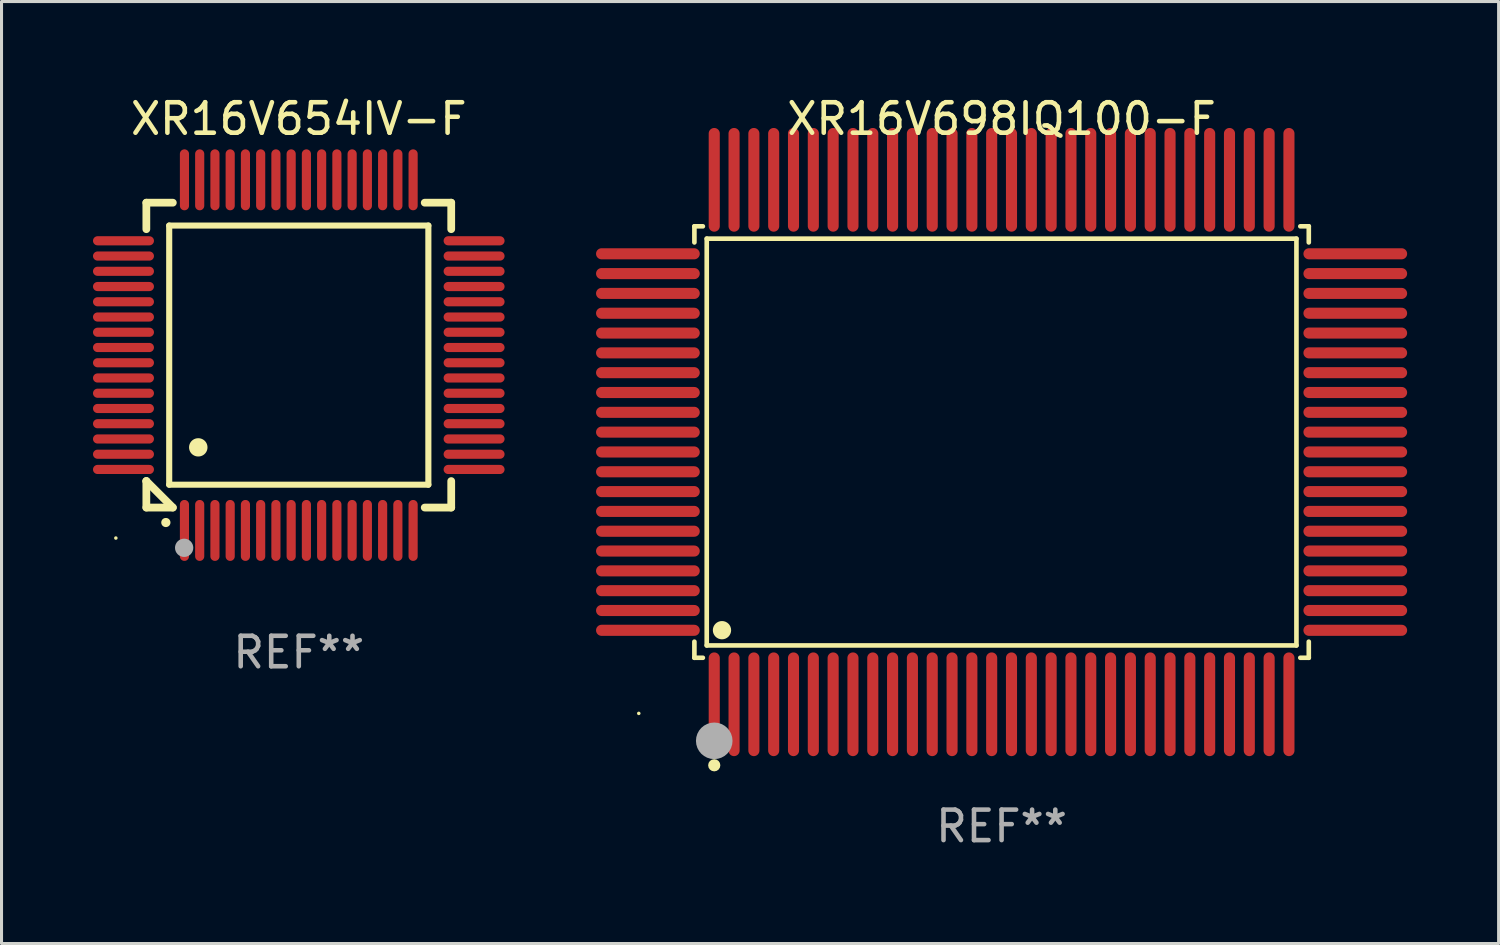
<source format=kicad_pcb>
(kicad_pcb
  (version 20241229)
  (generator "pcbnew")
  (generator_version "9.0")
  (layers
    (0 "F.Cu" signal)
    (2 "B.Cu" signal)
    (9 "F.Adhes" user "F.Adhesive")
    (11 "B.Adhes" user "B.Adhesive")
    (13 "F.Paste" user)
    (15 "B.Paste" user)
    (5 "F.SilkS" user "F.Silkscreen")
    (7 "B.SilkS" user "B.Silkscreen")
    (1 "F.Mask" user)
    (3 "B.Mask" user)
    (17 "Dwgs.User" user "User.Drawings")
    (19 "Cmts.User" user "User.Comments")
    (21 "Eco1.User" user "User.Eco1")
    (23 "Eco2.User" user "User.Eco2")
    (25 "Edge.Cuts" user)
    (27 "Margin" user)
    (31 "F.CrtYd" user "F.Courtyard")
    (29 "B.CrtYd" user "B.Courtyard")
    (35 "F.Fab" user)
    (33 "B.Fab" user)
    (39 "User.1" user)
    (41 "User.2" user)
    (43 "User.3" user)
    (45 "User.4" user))
  (footprint "XR16V654IV-F"
    (layer "F.Cu")
    (at 6.75 8.598)
    (property "Reference" "XR16V654IV-F" (at 0 -7.75 0) (layer "F.SilkS") (effects (font (size 1 1) (thickness 0.15))))
    (attr through_hole)
    (fp_line (start -5 -5) (end -4.131 -5) (stroke (width 0.254) (type solid)) (layer "F.SilkS"))
    (fp_line (start -5 -4.131) (end -5 -5) (stroke (width 0.254) (type solid)) (layer "F.SilkS"))
    (fp_line (start -5 4.131) (end -5 4.131) (stroke (width 0.254) (type solid)) (layer "F.SilkS"))
    (fp_line (start -5 5) (end -5 4.131) (stroke (width 0.254) (type solid)) (layer "F.SilkS"))
    (fp_line (start -5 4.131) (end -4.131 5) (stroke (width 0.254) (type solid)) (layer "F.SilkS"))
    (fp_line (start -4.25 -4.25) (end -4.25 4.25) (stroke (width 0.2) (type solid)) (layer "F.SilkS"))
    (fp_line (start -4.25 4.25) (end 4.25 4.25) (stroke (width 0.2) (type solid)) (layer "F.SilkS"))
    (fp_line (start -4.131 5) (end -5 5) (stroke (width 0.254) (type solid)) (layer "F.SilkS"))
    (fp_line (start 4.25 -4.25) (end -4.25 -4.25) (stroke (width 0.2) (type solid)) (layer "F.SilkS"))
    (fp_line (start 4.25 4.25) (end 4.25 -4.25) (stroke (width 0.2) (type solid)) (layer "F.SilkS"))
    (fp_line (start 5 -5) (end 4.131 -5) (stroke (width 0.254) (type solid)) (layer "F.SilkS"))
    (fp_line (start 5 -5) (end 5 -4.131) (stroke (width 0.254) (type solid)) (layer "F.SilkS"))
    (fp_line (start 5 4.131) (end 5 5) (stroke (width 0.254) (type solid)) (layer "F.SilkS"))
    (fp_line (start 5 5) (end 4.131 5) (stroke (width 0.254) (type solid)) (layer "F.SilkS"))
    (fp_arc (start -4.361265 5.489992) (mid -4.359995 5.489987) (end -4.358725 5.489992) (stroke (width 0.3) (type solid)) (layer "F.SilkS"))
    (fp_arc (start -3.299467 3.025146) (mid -3.296927 3.025135) (end -3.294387 3.025146) (stroke (width 0.6) (type solid)) (layer "F.SilkS"))
    (fp_circle (center -6 6) (end -5.97 6) (stroke (width 0.06) (type solid)) (fill no) (layer "F.SilkS"))
    (fp_circle (center -3.76 6.32) (end -3.61 6.32) (stroke (width 0.3) (type solid)) (fill no) (layer "F.Fab"))
    (fp_text user "REF**" (at 0 9.75 0) (layer "F.Fab") (effects (font (size 1 1) (thickness 0.15))))
    (pad "1" smd oval (at -3.75 5.75) (size 0.3 2) (layers "F.Cu" "F.Mask" "F.Paste"))
    (pad "2" smd oval (at -3.25 5.75) (size 0.3 2) (layers "F.Cu" "F.Mask" "F.Paste"))
    (pad "3" smd oval (at -2.75 5.75) (size 0.3 2) (layers "F.Cu" "F.Mask" "F.Paste"))
    (pad "4" smd oval (at -2.25 5.75) (size 0.3 2) (layers "F.Cu" "F.Mask" "F.Paste"))
    (pad "5" smd oval (at -1.75 5.75) (size 0.3 2) (layers "F.Cu" "F.Mask" "F.Paste"))
    (pad "6" smd oval (at -1.25 5.75) (size 0.3 2) (layers "F.Cu" "F.Mask" "F.Paste"))
    (pad "7" smd oval (at -0.75 5.75) (size 0.3 2) (layers "F.Cu" "F.Mask" "F.Paste"))
    (pad "8" smd oval (at -0.25 5.75) (size 0.3 2) (layers "F.Cu" "F.Mask" "F.Paste"))
    (pad "9" smd oval (at 0.25 5.75) (size 0.3 2) (layers "F.Cu" "F.Mask" "F.Paste"))
    (pad "10" smd oval (at 0.75 5.75) (size 0.3 2) (layers "F.Cu" "F.Mask" "F.Paste"))
    (pad "11" smd oval (at 1.25 5.75) (size 0.3 2) (layers "F.Cu" "F.Mask" "F.Paste"))
    (pad "12" smd oval (at 1.75 5.75) (size 0.3 2) (layers "F.Cu" "F.Mask" "F.Paste"))
    (pad "13" smd oval (at 2.25 5.75) (size 0.3 2) (layers "F.Cu" "F.Mask" "F.Paste"))
    (pad "14" smd oval (at 2.75 5.75) (size 0.3 2) (layers "F.Cu" "F.Mask" "F.Paste"))
    (pad "15" smd oval (at 3.25 5.75) (size 0.3 2) (layers "F.Cu" "F.Mask" "F.Paste"))
    (pad "16" smd oval (at 3.75 5.75) (size 0.3 2) (layers "F.Cu" "F.Mask" "F.Paste"))
    (pad "17" smd oval (at 5.75 3.75) (size 2 0.3) (layers "F.Cu" "F.Mask" "F.Paste"))
    (pad "18" smd oval (at 5.75 3.25) (size 2 0.3) (layers "F.Cu" "F.Mask" "F.Paste"))
    (pad "19" smd oval (at 5.75 2.75) (size 2 0.3) (layers "F.Cu" "F.Mask" "F.Paste"))
    (pad "20" smd oval (at 5.75 2.25) (size 2 0.3) (layers "F.Cu" "F.Mask" "F.Paste"))
    (pad "21" smd oval (at 5.75 1.75) (size 2 0.3) (layers "F.Cu" "F.Mask" "F.Paste"))
    (pad "22" smd oval (at 5.75 1.25) (size 2 0.3) (layers "F.Cu" "F.Mask" "F.Paste"))
    (pad "23" smd oval (at 5.75 0.75) (size 2 0.3) (layers "F.Cu" "F.Mask" "F.Paste"))
    (pad "24" smd oval (at 5.75 0.25) (size 2 0.3) (layers "F.Cu" "F.Mask" "F.Paste"))
    (pad "25" smd oval (at 5.75 -0.25) (size 2 0.3) (layers "F.Cu" "F.Mask" "F.Paste"))
    (pad "26" smd oval (at 5.75 -0.75) (size 2 0.3) (layers "F.Cu" "F.Mask" "F.Paste"))
    (pad "27" smd oval (at 5.75 -1.25) (size 2 0.3) (layers "F.Cu" "F.Mask" "F.Paste"))
    (pad "28" smd oval (at 5.75 -1.75) (size 2 0.3) (layers "F.Cu" "F.Mask" "F.Paste"))
    (pad "29" smd oval (at 5.75 -2.25) (size 2 0.3) (layers "F.Cu" "F.Mask" "F.Paste"))
    (pad "30" smd oval (at 5.75 -2.75) (size 2 0.3) (layers "F.Cu" "F.Mask" "F.Paste"))
    (pad "31" smd oval (at 5.75 -3.25) (size 2 0.3) (layers "F.Cu" "F.Mask" "F.Paste"))
    (pad "32" smd oval (at 5.75 -3.75) (size 2 0.3) (layers "F.Cu" "F.Mask" "F.Paste"))
    (pad "33" smd oval (at 3.75 -5.75) (size 0.3 2) (layers "F.Cu" "F.Mask" "F.Paste"))
    (pad "34" smd oval (at 3.25 -5.75) (size 0.3 2) (layers "F.Cu" "F.Mask" "F.Paste"))
    (pad "35" smd oval (at 2.75 -5.75) (size 0.3 2) (layers "F.Cu" "F.Mask" "F.Paste"))
    (pad "36" smd oval (at 2.25 -5.75) (size 0.3 2) (layers "F.Cu" "F.Mask" "F.Paste"))
    (pad "37" smd oval (at 1.75 -5.75) (size 0.3 2) (layers "F.Cu" "F.Mask" "F.Paste"))
    (pad "38" smd oval (at 1.25 -5.75) (size 0.3 2) (layers "F.Cu" "F.Mask" "F.Paste"))
    (pad "39" smd oval (at 0.75 -5.75) (size 0.3 2) (layers "F.Cu" "F.Mask" "F.Paste"))
    (pad "40" smd oval (at 0.25 -5.75) (size 0.3 2) (layers "F.Cu" "F.Mask" "F.Paste"))
    (pad "41" smd oval (at -0.25 -5.75) (size 0.3 2) (layers "F.Cu" "F.Mask" "F.Paste"))
    (pad "42" smd oval (at -0.75 -5.75) (size 0.3 2) (layers "F.Cu" "F.Mask" "F.Paste"))
    (pad "43" smd oval (at -1.25 -5.75) (size 0.3 2) (layers "F.Cu" "F.Mask" "F.Paste"))
    (pad "44" smd oval (at -1.75 -5.75) (size 0.3 2) (layers "F.Cu" "F.Mask" "F.Paste"))
    (pad "45" smd oval (at -2.25 -5.75) (size 0.3 2) (layers "F.Cu" "F.Mask" "F.Paste"))
    (pad "46" smd oval (at -2.75 -5.75) (size 0.3 2) (layers "F.Cu" "F.Mask" "F.Paste"))
    (pad "47" smd oval (at -3.25 -5.75) (size 0.3 2) (layers "F.Cu" "F.Mask" "F.Paste"))
    (pad "48" smd oval (at -3.75 -5.75) (size 0.3 2) (layers "F.Cu" "F.Mask" "F.Paste"))
    (pad "49" smd oval (at -5.75 -3.75) (size 2 0.3) (layers "F.Cu" "F.Mask" "F.Paste"))
    (pad "50" smd oval (at -5.75 -3.25) (size 2 0.3) (layers "F.Cu" "F.Mask" "F.Paste"))
    (pad "51" smd oval (at -5.75 -2.75) (size 2 0.3) (layers "F.Cu" "F.Mask" "F.Paste"))
    (pad "52" smd oval (at -5.75 -2.25) (size 2 0.3) (layers "F.Cu" "F.Mask" "F.Paste"))
    (pad "53" smd oval (at -5.75 -1.75) (size 2 0.3) (layers "F.Cu" "F.Mask" "F.Paste"))
    (pad "54" smd oval (at -5.75 -1.25) (size 2 0.3) (layers "F.Cu" "F.Mask" "F.Paste"))
    (pad "55" smd oval (at -5.75 -0.75) (size 2 0.3) (layers "F.Cu" "F.Mask" "F.Paste"))
    (pad "56" smd oval (at -5.75 -0.25) (size 2 0.3) (layers "F.Cu" "F.Mask" "F.Paste"))
    (pad "57" smd oval (at -5.75 0.25) (size 2 0.3) (layers "F.Cu" "F.Mask" "F.Paste"))
    (pad "58" smd oval (at -5.75 0.75) (size 2 0.3) (layers "F.Cu" "F.Mask" "F.Paste"))
    (pad "59" smd oval (at -5.75 1.25) (size 2 0.3) (layers "F.Cu" "F.Mask" "F.Paste"))
    (pad "60" smd oval (at -5.75 1.75) (size 2 0.3) (layers "F.Cu" "F.Mask" "F.Paste"))
    (pad "61" smd oval (at -5.75 2.25) (size 2 0.3) (layers "F.Cu" "F.Mask" "F.Paste"))
    (pad "62" smd oval (at -5.75 2.75) (size 2 0.3) (layers "F.Cu" "F.Mask" "F.Paste"))
    (pad "63" smd oval (at -5.75 3.25) (size 2 0.3) (layers "F.Cu" "F.Mask" "F.Paste"))
    (pad "64" smd oval (at -5.75 3.75) (size 2 0.3) (layers "F.Cu" "F.Mask" "F.Paste")))
  (footprint "XR16V698IQ100-F"
    (layer "F.Cu")
    (at 29.802 11.449)
    (property "Reference" "XR16V698IQ100-F" (at 0 -10.601 0) (layer "F.SilkS") (effects (font (size 1 1) (thickness 0.15))))
    (attr through_hole)
    (fp_line (start -10.076 -7.076) (end -9.798 -7.076) (stroke (width 0.152) (type solid)) (layer "F.SilkS"))
    (fp_line (start -10.076 -6.548) (end -10.076 -7.076) (stroke (width 0.152) (type solid)) (layer "F.SilkS"))
    (fp_line (start -10.076 6.548) (end -10.076 7.076) (stroke (width 0.152) (type solid)) (layer "F.SilkS"))
    (fp_line (start -10.076 7.076) (end -9.798 7.076) (stroke (width 0.152) (type solid)) (layer "F.SilkS"))
    (fp_line (start -9.671 -6.671) (end 9.671 -6.671) (stroke (width 0.152) (type solid)) (layer "F.SilkS"))
    (fp_line (start -9.671 6.671) (end -9.671 -6.671) (stroke (width 0.152) (type solid)) (layer "F.SilkS"))
    (fp_line (start 9.671 -6.671) (end 9.671 6.671) (stroke (width 0.152) (type solid)) (layer "F.SilkS"))
    (fp_line (start 9.671 6.671) (end -9.671 6.671) (stroke (width 0.152) (type solid)) (layer "F.SilkS"))
    (fp_line (start 10.076 -7.076) (end 9.798 -7.076) (stroke (width 0.152) (type solid)) (layer "F.SilkS"))
    (fp_line (start 10.076 -6.548) (end 10.076 -7.076) (stroke (width 0.152) (type solid)) (layer "F.SilkS"))
    (fp_line (start 10.076 6.548) (end 10.076 7.076) (stroke (width 0.152) (type solid)) (layer "F.SilkS"))
    (fp_line (start 10.076 7.076) (end 9.798 7.076) (stroke (width 0.152) (type solid)) (layer "F.SilkS"))
    (fp_circle (center -11.9 8.9) (end -11.87 8.9) (stroke (width 0.06) (type solid)) (fill no) (layer "F.SilkS"))
    (fp_circle (center -9.425 10.602) (end -9.325 10.602) (stroke (width 0.2) (type solid)) (fill no) (layer "F.SilkS"))
    (fp_circle (center -9.171 6.171) (end -9.021 6.171) (stroke (width 0.3) (type solid)) (fill no) (layer "F.SilkS"))
    (fp_circle (center -9.425 9.8) (end -9.125 9.8) (stroke (width 0.6) (type solid)) (fill no) (layer "F.Fab"))
    (fp_text user "REF**" (at 0 12.601 0) (layer "F.Fab") (effects (font (size 1 1) (thickness 0.15))))
    (pad "1" smd oval (at -9.425 8.601) (size 0.364 3.402) (layers "F.Cu" "F.Mask" "F.Paste"))
    (pad "2" smd oval (at -8.775 8.601) (size 0.364 3.402) (layers "F.Cu" "F.Mask" "F.Paste"))
    (pad "3" smd oval (at -8.125 8.601) (size 0.364 3.402) (layers "F.Cu" "F.Mask" "F.Paste"))
    (pad "4" smd oval (at -7.475 8.601) (size 0.364 3.402) (layers "F.Cu" "F.Mask" "F.Paste"))
    (pad "5" smd oval (at -6.825 8.601) (size 0.364 3.402) (layers "F.Cu" "F.Mask" "F.Paste"))
    (pad "6" smd oval (at -6.175 8.601) (size 0.364 3.402) (layers "F.Cu" "F.Mask" "F.Paste"))
    (pad "7" smd oval (at -5.525 8.601) (size 0.364 3.402) (layers "F.Cu" "F.Mask" "F.Paste"))
    (pad "8" smd oval (at -4.875 8.601) (size 0.364 3.402) (layers "F.Cu" "F.Mask" "F.Paste"))
    (pad "9" smd oval (at -4.225 8.601) (size 0.364 3.402) (layers "F.Cu" "F.Mask" "F.Paste"))
    (pad "10" smd oval (at -3.575 8.601) (size 0.364 3.402) (layers "F.Cu" "F.Mask" "F.Paste"))
    (pad "11" smd oval (at -2.925 8.601) (size 0.364 3.402) (layers "F.Cu" "F.Mask" "F.Paste"))
    (pad "12" smd oval (at -2.275 8.601) (size 0.364 3.402) (layers "F.Cu" "F.Mask" "F.Paste"))
    (pad "13" smd oval (at -1.625 8.601) (size 0.364 3.402) (layers "F.Cu" "F.Mask" "F.Paste"))
    (pad "14" smd oval (at -0.975 8.601) (size 0.364 3.402) (layers "F.Cu" "F.Mask" "F.Paste"))
    (pad "15" smd oval (at -0.325 8.601) (size 0.364 3.402) (layers "F.Cu" "F.Mask" "F.Paste"))
    (pad "16" smd oval (at 0.325 8.601) (size 0.364 3.402) (layers "F.Cu" "F.Mask" "F.Paste"))
    (pad "17" smd oval (at 0.975 8.601) (size 0.364 3.402) (layers "F.Cu" "F.Mask" "F.Paste"))
    (pad "18" smd oval (at 1.625 8.601) (size 0.364 3.402) (layers "F.Cu" "F.Mask" "F.Paste"))
    (pad "19" smd oval (at 2.275 8.601) (size 0.364 3.402) (layers "F.Cu" "F.Mask" "F.Paste"))
    (pad "20" smd oval (at 2.925 8.601) (size 0.364 3.402) (layers "F.Cu" "F.Mask" "F.Paste"))
    (pad "21" smd oval (at 3.575 8.601) (size 0.364 3.402) (layers "F.Cu" "F.Mask" "F.Paste"))
    (pad "22" smd oval (at 4.225 8.601) (size 0.364 3.402) (layers "F.Cu" "F.Mask" "F.Paste"))
    (pad "23" smd oval (at 4.875 8.601) (size 0.364 3.402) (layers "F.Cu" "F.Mask" "F.Paste"))
    (pad "24" smd oval (at 5.525 8.601) (size 0.364 3.402) (layers "F.Cu" "F.Mask" "F.Paste"))
    (pad "25" smd oval (at 6.175 8.601) (size 0.364 3.402) (layers "F.Cu" "F.Mask" "F.Paste"))
    (pad "26" smd oval (at 6.825 8.601) (size 0.364 3.402) (layers "F.Cu" "F.Mask" "F.Paste"))
    (pad "27" smd oval (at 7.475 8.601) (size 0.364 3.402) (layers "F.Cu" "F.Mask" "F.Paste"))
    (pad "28" smd oval (at 8.125 8.601) (size 0.364 3.402) (layers "F.Cu" "F.Mask" "F.Paste"))
    (pad "29" smd oval (at 8.775 8.601) (size 0.364 3.402) (layers "F.Cu" "F.Mask" "F.Paste"))
    (pad "30" smd oval (at 9.425 8.601) (size 0.364 3.402) (layers "F.Cu" "F.Mask" "F.Paste"))
    (pad "31" smd oval (at 11.601 6.175) (size 3.402 0.364) (layers "F.Cu" "F.Mask" "F.Paste"))
    (pad "32" smd oval (at 11.601 5.525) (size 3.402 0.364) (layers "F.Cu" "F.Mask" "F.Paste"))
    (pad "33" smd oval (at 11.601 4.875) (size 3.402 0.364) (layers "F.Cu" "F.Mask" "F.Paste"))
    (pad "34" smd oval (at 11.601 4.225) (size 3.402 0.364) (layers "F.Cu" "F.Mask" "F.Paste"))
    (pad "35" smd oval (at 11.601 3.575) (size 3.402 0.364) (layers "F.Cu" "F.Mask" "F.Paste"))
    (pad "36" smd oval (at 11.601 2.925) (size 3.402 0.364) (layers "F.Cu" "F.Mask" "F.Paste"))
    (pad "37" smd oval (at 11.601 2.275) (size 3.402 0.364) (layers "F.Cu" "F.Mask" "F.Paste"))
    (pad "38" smd oval (at 11.601 1.625) (size 3.402 0.364) (layers "F.Cu" "F.Mask" "F.Paste"))
    (pad "39" smd oval (at 11.601 0.975) (size 3.402 0.364) (layers "F.Cu" "F.Mask" "F.Paste"))
    (pad "40" smd oval (at 11.601 0.325) (size 3.402 0.364) (layers "F.Cu" "F.Mask" "F.Paste"))
    (pad "41" smd oval (at 11.601 -0.325) (size 3.402 0.364) (layers "F.Cu" "F.Mask" "F.Paste"))
    (pad "42" smd oval (at 11.601 -0.975) (size 3.402 0.364) (layers "F.Cu" "F.Mask" "F.Paste"))
    (pad "43" smd oval (at 11.601 -1.625) (size 3.402 0.364) (layers "F.Cu" "F.Mask" "F.Paste"))
    (pad "44" smd oval (at 11.601 -2.275) (size 3.402 0.364) (layers "F.Cu" "F.Mask" "F.Paste"))
    (pad "45" smd oval (at 11.601 -2.925) (size 3.402 0.364) (layers "F.Cu" "F.Mask" "F.Paste"))
    (pad "46" smd oval (at 11.601 -3.575) (size 3.402 0.364) (layers "F.Cu" "F.Mask" "F.Paste"))
    (pad "47" smd oval (at 11.601 -4.225) (size 3.402 0.364) (layers "F.Cu" "F.Mask" "F.Paste"))
    (pad "48" smd oval (at 11.601 -4.875) (size 3.402 0.364) (layers "F.Cu" "F.Mask" "F.Paste"))
    (pad "49" smd oval (at 11.601 -5.525) (size 3.402 0.364) (layers "F.Cu" "F.Mask" "F.Paste"))
    (pad "50" smd oval (at 11.601 -6.175) (size 3.402 0.364) (layers "F.Cu" "F.Mask" "F.Paste"))
    (pad "51" smd oval (at 9.425 -8.601) (size 0.364 3.402) (layers "F.Cu" "F.Mask" "F.Paste"))
    (pad "52" smd oval (at 8.775 -8.601) (size 0.364 3.402) (layers "F.Cu" "F.Mask" "F.Paste"))
    (pad "53" smd oval (at 8.125 -8.601) (size 0.364 3.402) (layers "F.Cu" "F.Mask" "F.Paste"))
    (pad "54" smd oval (at 7.475 -8.601) (size 0.364 3.402) (layers "F.Cu" "F.Mask" "F.Paste"))
    (pad "55" smd oval (at 6.825 -8.601) (size 0.364 3.402) (layers "F.Cu" "F.Mask" "F.Paste"))
    (pad "56" smd oval (at 6.175 -8.601) (size 0.364 3.402) (layers "F.Cu" "F.Mask" "F.Paste"))
    (pad "57" smd oval (at 5.525 -8.601) (size 0.364 3.402) (layers "F.Cu" "F.Mask" "F.Paste"))
    (pad "58" smd oval (at 4.875 -8.601) (size 0.364 3.402) (layers "F.Cu" "F.Mask" "F.Paste"))
    (pad "59" smd oval (at 4.225 -8.601) (size 0.364 3.402) (layers "F.Cu" "F.Mask" "F.Paste"))
    (pad "60" smd oval (at 3.575 -8.601) (size 0.364 3.402) (layers "F.Cu" "F.Mask" "F.Paste"))
    (pad "61" smd oval (at 2.925 -8.601) (size 0.364 3.402) (layers "F.Cu" "F.Mask" "F.Paste"))
    (pad "62" smd oval (at 2.275 -8.601) (size 0.364 3.402) (layers "F.Cu" "F.Mask" "F.Paste"))
    (pad "63" smd oval (at 1.625 -8.601) (size 0.364 3.402) (layers "F.Cu" "F.Mask" "F.Paste"))
    (pad "64" smd oval (at 0.975 -8.601) (size 0.364 3.402) (layers "F.Cu" "F.Mask" "F.Paste"))
    (pad "65" smd oval (at 0.325 -8.601) (size 0.364 3.402) (layers "F.Cu" "F.Mask" "F.Paste"))
    (pad "66" smd oval (at -0.325 -8.601) (size 0.364 3.402) (layers "F.Cu" "F.Mask" "F.Paste"))
    (pad "67" smd oval (at -0.975 -8.601) (size 0.364 3.402) (layers "F.Cu" "F.Mask" "F.Paste"))
    (pad "68" smd oval (at -1.625 -8.601) (size 0.364 3.402) (layers "F.Cu" "F.Mask" "F.Paste"))
    (pad "69" smd oval (at -2.275 -8.601) (size 0.364 3.402) (layers "F.Cu" "F.Mask" "F.Paste"))
    (pad "70" smd oval (at -2.925 -8.601) (size 0.364 3.402) (layers "F.Cu" "F.Mask" "F.Paste"))
    (pad "71" smd oval (at -3.575 -8.601) (size 0.364 3.402) (layers "F.Cu" "F.Mask" "F.Paste"))
    (pad "72" smd oval (at -4.225 -8.601) (size 0.364 3.402) (layers "F.Cu" "F.Mask" "F.Paste"))
    (pad "73" smd oval (at -4.875 -8.601) (size 0.364 3.402) (layers "F.Cu" "F.Mask" "F.Paste"))
    (pad "74" smd oval (at -5.525 -8.601) (size 0.364 3.402) (layers "F.Cu" "F.Mask" "F.Paste"))
    (pad "75" smd oval (at -6.175 -8.601) (size 0.364 3.402) (layers "F.Cu" "F.Mask" "F.Paste"))
    (pad "76" smd oval (at -6.825 -8.601) (size 0.364 3.402) (layers "F.Cu" "F.Mask" "F.Paste"))
    (pad "77" smd oval (at -7.475 -8.601) (size 0.364 3.402) (layers "F.Cu" "F.Mask" "F.Paste"))
    (pad "78" smd oval (at -8.125 -8.601) (size 0.364 3.402) (layers "F.Cu" "F.Mask" "F.Paste"))
    (pad "79" smd oval (at -8.775 -8.601) (size 0.364 3.402) (layers "F.Cu" "F.Mask" "F.Paste"))
    (pad "80" smd oval (at -9.425 -8.601) (size 0.364 3.402) (layers "F.Cu" "F.Mask" "F.Paste"))
    (pad "81" smd oval (at -11.601 -6.175) (size 3.402 0.364) (layers "F.Cu" "F.Mask" "F.Paste"))
    (pad "82" smd oval (at -11.601 -5.525) (size 3.402 0.364) (layers "F.Cu" "F.Mask" "F.Paste"))
    (pad "83" smd oval (at -11.601 -4.875) (size 3.402 0.364) (layers "F.Cu" "F.Mask" "F.Paste"))
    (pad "84" smd oval (at -11.601 -4.225) (size 3.402 0.364) (layers "F.Cu" "F.Mask" "F.Paste"))
    (pad "85" smd oval (at -11.601 -3.575) (size 3.402 0.364) (layers "F.Cu" "F.Mask" "F.Paste"))
    (pad "86" smd oval (at -11.601 -2.925) (size 3.402 0.364) (layers "F.Cu" "F.Mask" "F.Paste"))
    (pad "87" smd oval (at -11.601 -2.275) (size 3.402 0.364) (layers "F.Cu" "F.Mask" "F.Paste"))
    (pad "88" smd oval (at -11.601 -1.625) (size 3.402 0.364) (layers "F.Cu" "F.Mask" "F.Paste"))
    (pad "89" smd oval (at -11.601 -0.975) (size 3.402 0.364) (layers "F.Cu" "F.Mask" "F.Paste"))
    (pad "90" smd oval (at -11.601 -0.325) (size 3.402 0.364) (layers "F.Cu" "F.Mask" "F.Paste"))
    (pad "91" smd oval (at -11.601 0.325) (size 3.402 0.364) (layers "F.Cu" "F.Mask" "F.Paste"))
    (pad "92" smd oval (at -11.601 0.975) (size 3.402 0.364) (layers "F.Cu" "F.Mask" "F.Paste"))
    (pad "93" smd oval (at -11.601 1.625) (size 3.402 0.364) (layers "F.Cu" "F.Mask" "F.Paste"))
    (pad "94" smd oval (at -11.601 2.275) (size 3.402 0.364) (layers "F.Cu" "F.Mask" "F.Paste"))
    (pad "95" smd oval (at -11.601 2.925) (size 3.402 0.364) (layers "F.Cu" "F.Mask" "F.Paste"))
    (pad "96" smd oval (at -11.601 3.575) (size 3.402 0.364) (layers "F.Cu" "F.Mask" "F.Paste"))
    (pad "97" smd oval (at -11.601 4.225) (size 3.402 0.364) (layers "F.Cu" "F.Mask" "F.Paste"))
    (pad "98" smd oval (at -11.601 4.875) (size 3.402 0.364) (layers "F.Cu" "F.Mask" "F.Paste"))
    (pad "99" smd oval (at -11.601 5.525) (size 3.402 0.364) (layers "F.Cu" "F.Mask" "F.Paste"))
    (pad "100" smd oval (at -11.601 6.175) (size 3.402 0.364) (layers "F.Cu" "F.Mask" "F.Paste")))
  (gr_rect
    (start -3 -3)
    (end 46.104 27.898)
    (stroke (width 0.1) (type default))
    (fill no)
    (layer "Edge.Cuts")))
</source>
